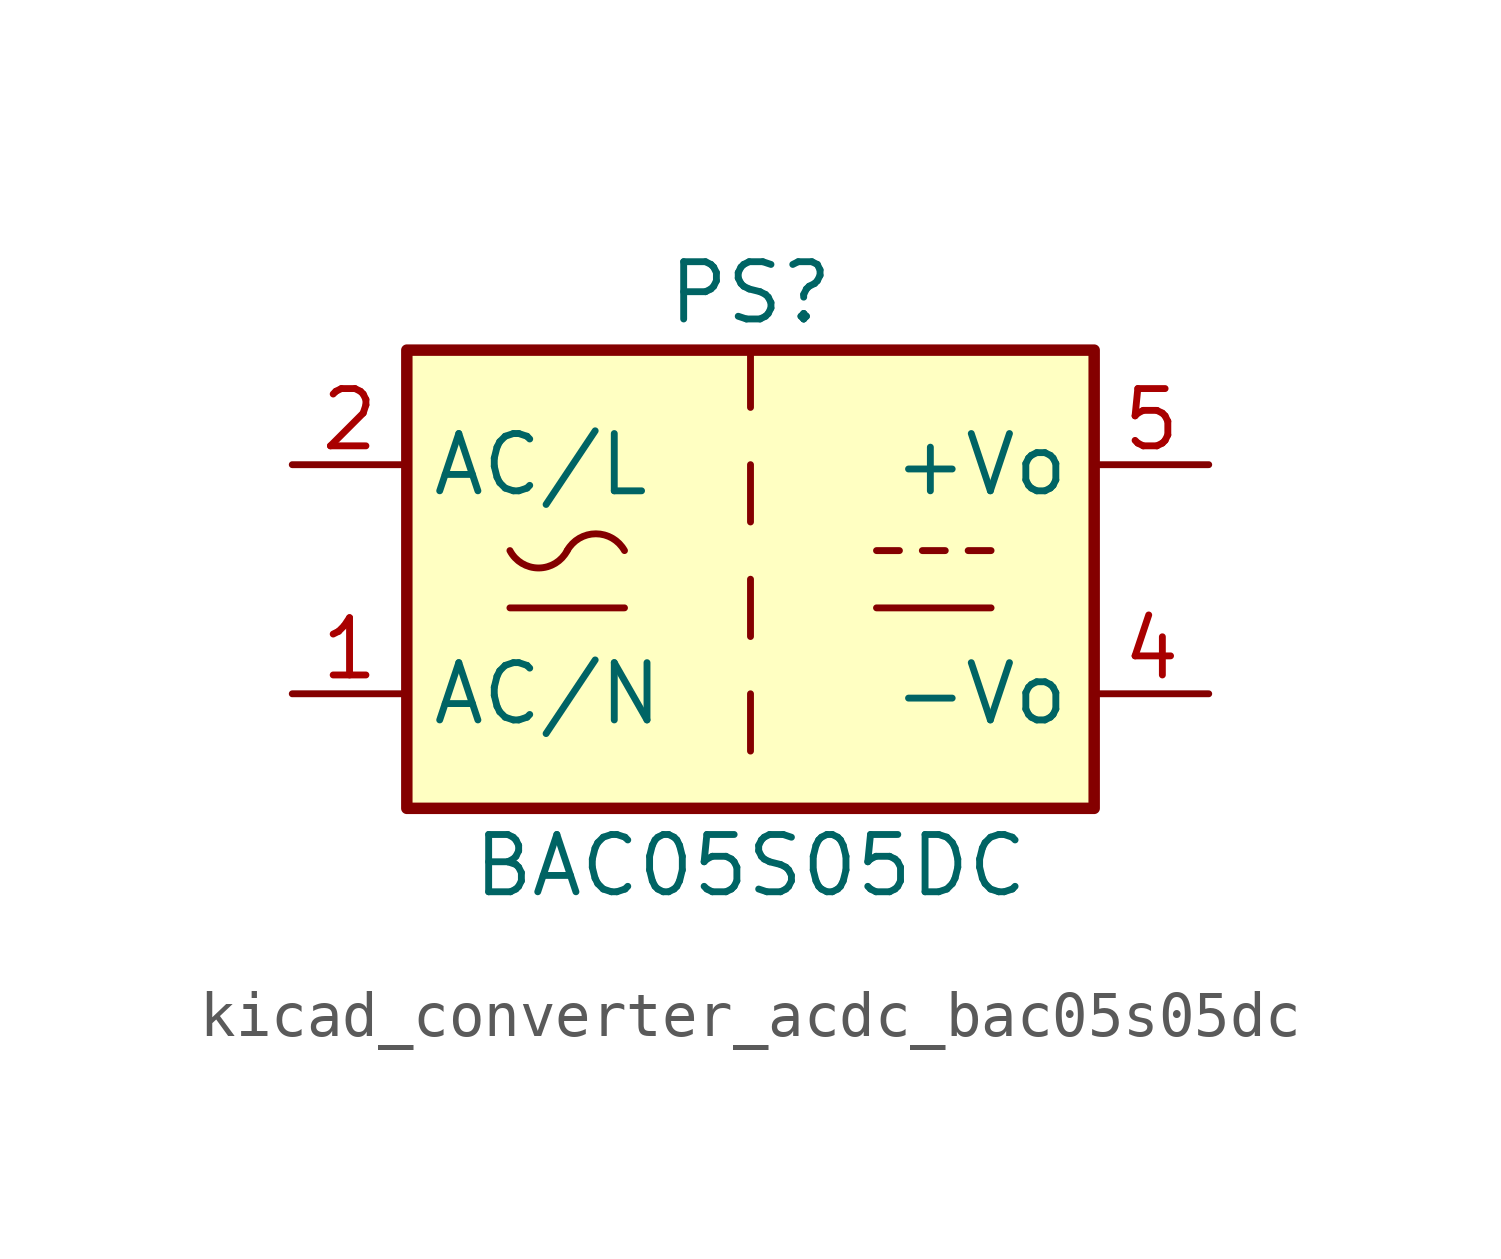
<source format=kicad_sym>
(kicad_symbol_lib
  (version 20220914)
  (generator kicad_symbol_editor)
  (symbol "kicad_converter_acdc_bac05s05dc"
    (property "Reference" "PS"
      (at 0 6.35 0)
      (effects (font (size 1.27 1.27))))
    (property "Value" "BAC05S05DC"
      (at 0 -6.35 0)
      (effects (font (size 1.27 1.27))))
    (symbol "kicad_converter_acdc_bac05s05dc_0_1"
      (rectangle (start -7.62 5.08) (end 7.62 -5.08) (stroke (width 0.254) (type default)) (fill (type background)))
      (arc (start -5.334 0.635) (mid -4.699 0.2495) (end -4.064 0.635) (stroke (width 0) (type default)) (fill (type none)))
      (arc (start -2.794 0.635) (mid -3.429 1.0072) (end -4.064 0.635) (stroke (width 0) (type default)) (fill (type none)))
      (polyline (pts (xy -5.334 -0.635) (xy -2.794 -0.635)) (stroke (width 0) (type default)) (fill (type none)))
      (polyline (pts (xy 0 -2.54) (xy 0 -3.81)) (stroke (width 0) (type default)) (fill (type none)))
      (polyline (pts (xy 0 0) (xy 0 -1.27)) (stroke (width 0) (type default)) (fill (type none)))
      (polyline (pts (xy 0 2.54) (xy 0 1.27)) (stroke (width 0) (type default)) (fill (type none)))
      (polyline (pts (xy 0 5.08) (xy 0 3.81)) (stroke (width 0) (type default)) (fill (type none)))
      (polyline (pts (xy 2.794 -0.635) (xy 5.334 -0.635)) (stroke (width 0) (type default)) (fill (type none)))
      (polyline (pts (xy 2.794 0.635) (xy 3.302 0.635)) (stroke (width 0) (type default)) (fill (type none)))
      (polyline (pts (xy 3.81 0.635) (xy 4.318 0.635)) (stroke (width 0) (type default)) (fill (type none)))
      (polyline (pts (xy 4.826 0.635) (xy 5.334 0.635)) (stroke (width 0) (type default)) (fill (type none))))
    (symbol "kicad_converter_acdc_bac05s05dc_1_1"
      (pin power_in line (at -10.16 -2.54 0) (length 2.54) (name "AC/N" (effects (font (size 1.27 1.27)))) (number "1" (effects (font (size 1.27 1.27)))))
      (pin power_in line (at -10.16 2.54 0) (length 2.54) (name "AC/L" (effects (font (size 1.27 1.27)))) (number "2" (effects (font (size 1.27 1.27)))))
      (pin no_connect line (at 7.62 0 180) (length 2.54) hide (name "NC" (effects (font (size 1.27 1.27)))) (number "3" (effects (font (size 1.27 1.27)))))
      (pin power_out line (at 10.16 -2.54 180) (length 2.54) (name "-Vo" (effects (font (size 1.27 1.27)))) (number "4" (effects (font (size 1.27 1.27)))))
      (pin power_out line (at 10.16 2.54 180) (length 2.54) (name "+Vo" (effects (font (size 1.27 1.27)))) (number "5" (effects (font (size 1.27 1.27))))))))
</source>
